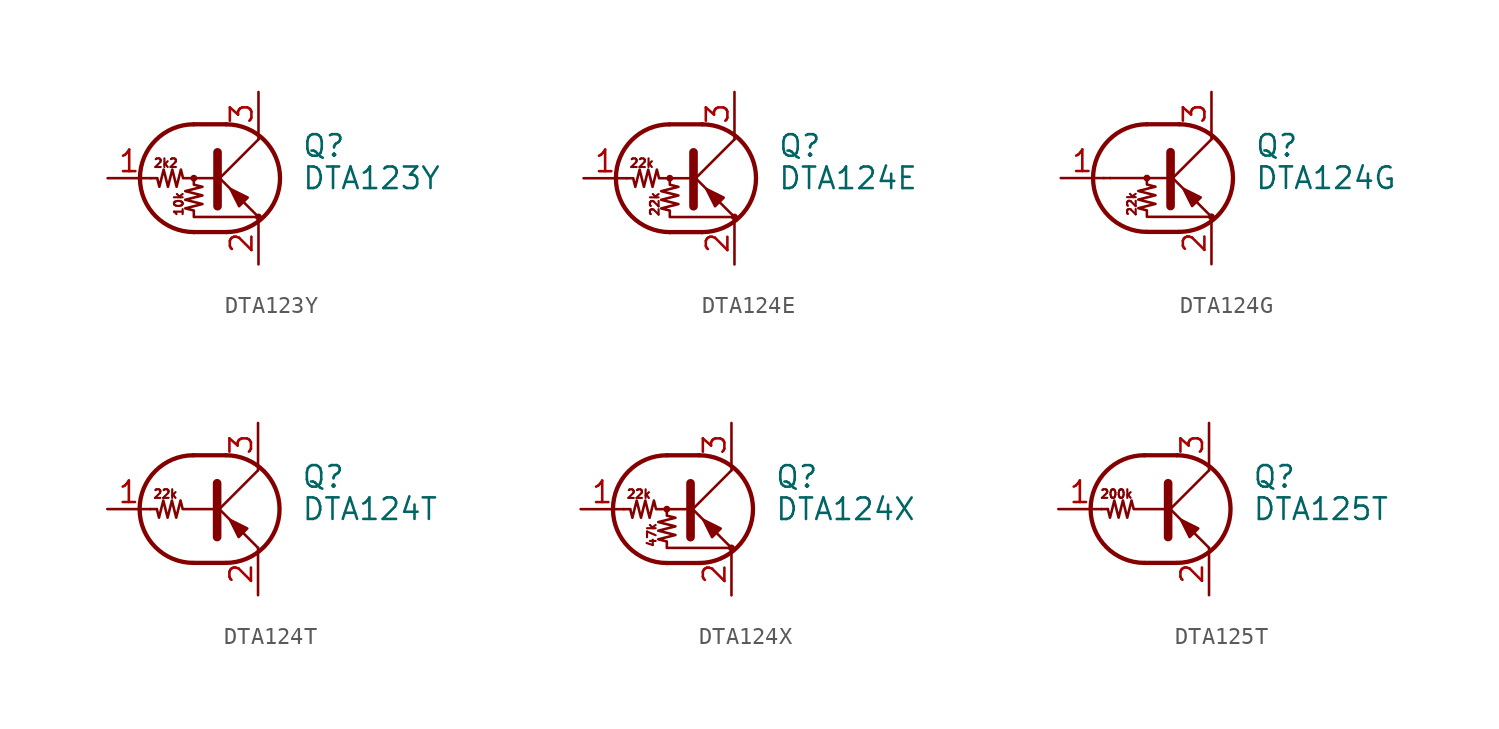
<source format=kicad_sym>
(kicad_symbol_lib
  (version 20211014)
  (generator kicad_symbol_editor)
  (symbol "DTA123Y"
    (pin_names
      (offset 0) hide)
    (property "Reference" "Q"
      (at 5.08 1.905 0)
      (effects (font (size 1.27 1.27)) (justify left)))
    (property "Value" "DTA123Y"
      (at 5.08 0 0)
      (effects (font (size 1.27 1.27)) (justify left)))
    (symbol "DTA123Y_0_0"
      (text "10k" (at -2.159 -1.524 900) (effects (font (size 0.508 0.508))))
      (text "2k2" (at -2.921 0.889 0) (effects (font (size 0.508 0.508)))))
    (symbol "DTA123Y_0_1"
      (circle (center -1.27 0) (radius 0.127) (stroke (width 0) (type default) (color 0 0 0 0)) (fill (type none)))
      (arc (start -1.27 3.175) (mid -4.445 0) (end -1.27 -3.175) (stroke (width 0.254) (type default) (color 0 0 0 0)) (fill (type none)))
      (polyline (pts (xy -3.429 0) (xy -3.81 0)) (stroke (width 0) (type default) (color 0 0 0 0)) (fill (type none)))
      (polyline (pts (xy -1.27 -3.175) (xy 0.635 -3.175)) (stroke (width 0.254) (type default) (color 0 0 0 0)) (fill (type none)))
      (polyline (pts (xy -1.27 3.175) (xy 0.635 3.175)) (stroke (width 0.254) (type default) (color 0 0 0 0)) (fill (type none)))
      (polyline (pts (xy 0 -0.254) (xy 2.54 2.286)) (stroke (width 0) (type default) (color 0 0 0 0)) (fill (type none)))
      (polyline (pts (xy 0.127 1.524) (xy 0.127 -1.651)) (stroke (width 0.508) (type default) (color 0 0 0 0)) (fill (type outline)))
      (polyline (pts (xy 2.54 2.286) (xy 2.54 2.54)) (stroke (width 0) (type default) (color 0 0 0 0)) (fill (type none)))
      (polyline (pts (xy 2.54 -2.286) (xy 0 0.254) (xy 0 0.254)) (stroke (width 0) (type default) (color 0 0 0 0)) (fill (type none)))
      (polyline (pts (xy 1.397 -1.651) (xy 1.905 -1.143) (xy 0.889 -0.635) (xy 1.397 -1.651)) (stroke (width 0) (type default) (color 0 0 0 0)) (fill (type outline)))
      (polyline (pts (xy 0 0) (xy -1.905 0) (xy -2.032 0.508) (xy -2.286 -0.508) (xy -2.54 0.508) (xy -2.794 -0.508) (xy -3.048 0.508) (xy -3.302 -0.508) (xy -3.429 0)) (stroke (width 0) (type default) (color 0 0 0 0)) (fill (type none)))
      (polyline (pts (xy -1.27 0) (xy -1.27 -0.381) (xy -0.762 -0.508) (xy -1.778 -0.762) (xy -0.762 -1.016) (xy -1.778 -1.27) (xy -0.762 -1.524) (xy -1.778 -1.778) (xy -1.27 -1.905) (xy -1.27 -2.286) (xy 2.54 -2.286)) (stroke (width 0) (type default) (color 0 0 0 0)) (fill (type none)))
      (arc (start 0.635 -3.175) (mid 3.81 0) (end 0.635 3.175) (stroke (width 0.254) (type default) (color 0 0 0 0)) (fill (type none)))
      (circle (center 2.54 -2.286) (radius 0.127) (stroke (width 0) (type default) (color 0 0 0 0)) (fill (type none))))
    (symbol "DTA123Y_1_1"
      (pin input line (at -6.35 0 0) (length 2.54) (name "B" (effects (font (size 1.27 1.27)))) (number "1" (effects (font (size 1.27 1.27)))))
      (pin passive line (at 2.54 -5.08 90) (length 2.54) (name "E" (effects (font (size 1.27 1.27)))) (number "2" (effects (font (size 1.27 1.27)))))
      (pin passive line (at 2.54 5.08 270) (length 2.54) (name "C" (effects (font (size 1.27 1.27)))) (number "3" (effects (font (size 1.27 1.27)))))))
  (symbol "DTA124E"
    (pin_names
      (offset 0) hide)
    (property "Reference" "Q"
      (at 5.08 1.905 0)
      (effects (font (size 1.27 1.27)) (justify left)))
    (property "Value" "DTA124E"
      (at 5.08 0 0)
      (effects (font (size 1.27 1.27)) (justify left)))
    (symbol "DTA124E_0_0"
      (text "22k" (at -2.921 0.889 0) (effects (font (size 0.508 0.508))))
      (text "22k" (at -2.159 -1.524 900) (effects (font (size 0.508 0.508)))))
    (symbol "DTA124E_0_1"
      (circle (center -1.27 0) (radius 0.127) (stroke (width 0) (type default) (color 0 0 0 0)) (fill (type none)))
      (arc (start -1.27 3.175) (mid -4.445 0) (end -1.27 -3.175) (stroke (width 0.254) (type default) (color 0 0 0 0)) (fill (type none)))
      (polyline (pts (xy -3.429 0) (xy -3.81 0)) (stroke (width 0) (type default) (color 0 0 0 0)) (fill (type none)))
      (polyline (pts (xy -1.27 -3.175) (xy 0.635 -3.175)) (stroke (width 0.254) (type default) (color 0 0 0 0)) (fill (type none)))
      (polyline (pts (xy -1.27 3.175) (xy 0.635 3.175)) (stroke (width 0.254) (type default) (color 0 0 0 0)) (fill (type none)))
      (polyline (pts (xy 0 -0.254) (xy 2.54 2.286)) (stroke (width 0) (type default) (color 0 0 0 0)) (fill (type none)))
      (polyline (pts (xy 0.127 1.524) (xy 0.127 -1.651)) (stroke (width 0.508) (type default) (color 0 0 0 0)) (fill (type outline)))
      (polyline (pts (xy 2.54 2.286) (xy 2.54 2.54)) (stroke (width 0) (type default) (color 0 0 0 0)) (fill (type none)))
      (polyline (pts (xy 2.54 -2.286) (xy 0 0.254) (xy 0 0.254)) (stroke (width 0) (type default) (color 0 0 0 0)) (fill (type none)))
      (polyline (pts (xy 1.397 -1.651) (xy 1.905 -1.143) (xy 0.889 -0.635) (xy 1.397 -1.651)) (stroke (width 0) (type default) (color 0 0 0 0)) (fill (type outline)))
      (polyline (pts (xy 0 0) (xy -1.905 0) (xy -2.032 0.508) (xy -2.286 -0.508) (xy -2.54 0.508) (xy -2.794 -0.508) (xy -3.048 0.508) (xy -3.302 -0.508) (xy -3.429 0)) (stroke (width 0) (type default) (color 0 0 0 0)) (fill (type none)))
      (polyline (pts (xy -1.27 0) (xy -1.27 -0.381) (xy -0.762 -0.508) (xy -1.778 -0.762) (xy -0.762 -1.016) (xy -1.778 -1.27) (xy -0.762 -1.524) (xy -1.778 -1.778) (xy -1.27 -1.905) (xy -1.27 -2.286) (xy 2.54 -2.286)) (stroke (width 0) (type default) (color 0 0 0 0)) (fill (type none)))
      (arc (start 0.635 -3.175) (mid 3.81 0) (end 0.635 3.175) (stroke (width 0.254) (type default) (color 0 0 0 0)) (fill (type none)))
      (circle (center 2.54 -2.286) (radius 0.127) (stroke (width 0) (type default) (color 0 0 0 0)) (fill (type none))))
    (symbol "DTA124E_1_1"
      (pin input line (at -6.35 0 0) (length 2.54) (name "B" (effects (font (size 1.27 1.27)))) (number "1" (effects (font (size 1.27 1.27)))))
      (pin passive line (at 2.54 -5.08 90) (length 2.54) (name "E" (effects (font (size 1.27 1.27)))) (number "2" (effects (font (size 1.27 1.27)))))
      (pin passive line (at 2.54 5.08 270) (length 2.54) (name "C" (effects (font (size 1.27 1.27)))) (number "3" (effects (font (size 1.27 1.27)))))))
  (symbol "DTA124G"
    (pin_names
      (offset 0) hide)
    (property "Reference" "Q"
      (at 5.08 1.905 0)
      (effects (font (size 1.27 1.27)) (justify left)))
    (property "Value" "DTA124G"
      (at 5.08 0 0)
      (effects (font (size 1.27 1.27)) (justify left)))
    (symbol "DTA124G_0_0"
      (polyline (pts (xy -3.429 0) (xy 0 0)) (stroke (width 0) (type default) (color 0 0 0 0)) (fill (type none)))
      (text "22k" (at -2.159 -1.524 900) (effects (font (size 0.508 0.508)))))
    (symbol "DTA124G_0_1"
      (circle (center -1.27 0) (radius 0.127) (stroke (width 0) (type default) (color 0 0 0 0)) (fill (type none)))
      (arc (start -1.27 3.175) (mid -4.445 0) (end -1.27 -3.175) (stroke (width 0.254) (type default) (color 0 0 0 0)) (fill (type none)))
      (polyline (pts (xy -3.429 0) (xy -3.81 0)) (stroke (width 0) (type default) (color 0 0 0 0)) (fill (type none)))
      (polyline (pts (xy -1.27 -3.175) (xy 0.635 -3.175)) (stroke (width 0.254) (type default) (color 0 0 0 0)) (fill (type none)))
      (polyline (pts (xy -1.27 3.175) (xy 0.635 3.175)) (stroke (width 0.254) (type default) (color 0 0 0 0)) (fill (type none)))
      (polyline (pts (xy 0 -0.254) (xy 2.54 2.286)) (stroke (width 0) (type default) (color 0 0 0 0)) (fill (type none)))
      (polyline (pts (xy 0.127 1.524) (xy 0.127 -1.651)) (stroke (width 0.508) (type default) (color 0 0 0 0)) (fill (type outline)))
      (polyline (pts (xy 2.54 2.286) (xy 2.54 2.54)) (stroke (width 0) (type default) (color 0 0 0 0)) (fill (type none)))
      (polyline (pts (xy 2.54 -2.286) (xy 0 0.254) (xy 0 0.254)) (stroke (width 0) (type default) (color 0 0 0 0)) (fill (type none)))
      (polyline (pts (xy 1.397 -1.651) (xy 1.905 -1.143) (xy 0.889 -0.635) (xy 1.397 -1.651)) (stroke (width 0) (type default) (color 0 0 0 0)) (fill (type outline)))
      (polyline (pts (xy -1.27 0) (xy -1.27 -0.381) (xy -0.762 -0.508) (xy -1.778 -0.762) (xy -0.762 -1.016) (xy -1.778 -1.27) (xy -0.762 -1.524) (xy -1.778 -1.778) (xy -1.27 -1.905) (xy -1.27 -2.286) (xy 2.54 -2.286)) (stroke (width 0) (type default) (color 0 0 0 0)) (fill (type none)))
      (arc (start 0.635 -3.175) (mid 3.81 0) (end 0.635 3.175) (stroke (width 0.254) (type default) (color 0 0 0 0)) (fill (type none)))
      (circle (center 2.54 -2.286) (radius 0.127) (stroke (width 0) (type default) (color 0 0 0 0)) (fill (type none))))
    (symbol "DTA124G_1_1"
      (pin input line (at -6.35 0 0) (length 2.54) (name "B" (effects (font (size 1.27 1.27)))) (number "1" (effects (font (size 1.27 1.27)))))
      (pin passive line (at 2.54 -5.08 90) (length 2.54) (name "E" (effects (font (size 1.27 1.27)))) (number "2" (effects (font (size 1.27 1.27)))))
      (pin passive line (at 2.54 5.08 270) (length 2.54) (name "C" (effects (font (size 1.27 1.27)))) (number "3" (effects (font (size 1.27 1.27)))))))
  (symbol "DTA124T"
    (pin_names
      (offset 0) hide)
    (property "Reference" "Q"
      (at 5.08 1.905 0)
      (effects (font (size 1.27 1.27)) (justify left)))
    (property "Value" "DTA124T"
      (at 5.08 0 0)
      (effects (font (size 1.27 1.27)) (justify left)))
    (symbol "DTA124T_0_0"
      (polyline (pts (xy 2.54 -2.286) (xy 2.54 -2.54)) (stroke (width 0) (type default) (color 0 0 0 0)) (fill (type none)))
      (text "22k" (at -2.921 0.889 0) (effects (font (size 0.508 0.508)))))
    (symbol "DTA124T_0_1"
      (arc (start -1.27 3.175) (mid -4.445 0) (end -1.27 -3.175) (stroke (width 0.254) (type default) (color 0 0 0 0)) (fill (type none)))
      (polyline (pts (xy -3.429 0) (xy -3.81 0)) (stroke (width 0) (type default) (color 0 0 0 0)) (fill (type none)))
      (polyline (pts (xy -1.27 -3.175) (xy 0.635 -3.175)) (stroke (width 0.254) (type default) (color 0 0 0 0)) (fill (type none)))
      (polyline (pts (xy -1.27 3.175) (xy 0.635 3.175)) (stroke (width 0.254) (type default) (color 0 0 0 0)) (fill (type none)))
      (polyline (pts (xy 0 -0.254) (xy 2.54 2.286)) (stroke (width 0) (type default) (color 0 0 0 0)) (fill (type none)))
      (polyline (pts (xy 0.127 1.524) (xy 0.127 -1.651)) (stroke (width 0.508) (type default) (color 0 0 0 0)) (fill (type outline)))
      (polyline (pts (xy 2.54 2.286) (xy 2.54 2.54)) (stroke (width 0) (type default) (color 0 0 0 0)) (fill (type none)))
      (polyline (pts (xy 2.54 -2.286) (xy 0 0.254) (xy 0 0.254)) (stroke (width 0) (type default) (color 0 0 0 0)) (fill (type none)))
      (polyline (pts (xy 1.397 -1.651) (xy 1.905 -1.143) (xy 0.889 -0.635) (xy 1.397 -1.651)) (stroke (width 0) (type default) (color 0 0 0 0)) (fill (type outline)))
      (polyline (pts (xy 0 0) (xy -1.905 0) (xy -2.032 0.508) (xy -2.286 -0.508) (xy -2.54 0.508) (xy -2.794 -0.508) (xy -3.048 0.508) (xy -3.302 -0.508) (xy -3.429 0)) (stroke (width 0) (type default) (color 0 0 0 0)) (fill (type none)))
      (arc (start 0.635 -3.175) (mid 3.81 0) (end 0.635 3.175) (stroke (width 0.254) (type default) (color 0 0 0 0)) (fill (type none))))
    (symbol "DTA124T_1_1"
      (pin input line (at -6.35 0 0) (length 2.54) (name "B" (effects (font (size 1.27 1.27)))) (number "1" (effects (font (size 1.27 1.27)))))
      (pin passive line (at 2.54 -5.08 90) (length 2.54) (name "E" (effects (font (size 1.27 1.27)))) (number "2" (effects (font (size 1.27 1.27)))))
      (pin passive line (at 2.54 5.08 270) (length 2.54) (name "C" (effects (font (size 1.27 1.27)))) (number "3" (effects (font (size 1.27 1.27)))))))
  (symbol "DTA124X"
    (pin_names
      (offset 0) hide)
    (property "Reference" "Q"
      (at 5.08 1.905 0)
      (effects (font (size 1.27 1.27)) (justify left)))
    (property "Value" "DTA124X"
      (at 5.08 0 0)
      (effects (font (size 1.27 1.27)) (justify left)))
    (symbol "DTA124X_0_0"
      (text "22k" (at -2.921 0.889 0) (effects (font (size 0.508 0.508))))
      (text "47k" (at -2.159 -1.524 900) (effects (font (size 0.508 0.508)))))
    (symbol "DTA124X_0_1"
      (circle (center -1.27 0) (radius 0.127) (stroke (width 0) (type default) (color 0 0 0 0)) (fill (type none)))
      (arc (start -1.27 3.175) (mid -4.445 0) (end -1.27 -3.175) (stroke (width 0.254) (type default) (color 0 0 0 0)) (fill (type none)))
      (polyline (pts (xy -3.429 0) (xy -3.81 0)) (stroke (width 0) (type default) (color 0 0 0 0)) (fill (type none)))
      (polyline (pts (xy -1.27 -3.175) (xy 0.635 -3.175)) (stroke (width 0.254) (type default) (color 0 0 0 0)) (fill (type none)))
      (polyline (pts (xy -1.27 3.175) (xy 0.635 3.175)) (stroke (width 0.254) (type default) (color 0 0 0 0)) (fill (type none)))
      (polyline (pts (xy 0 -0.254) (xy 2.54 2.286)) (stroke (width 0) (type default) (color 0 0 0 0)) (fill (type none)))
      (polyline (pts (xy 0.127 1.524) (xy 0.127 -1.651)) (stroke (width 0.508) (type default) (color 0 0 0 0)) (fill (type outline)))
      (polyline (pts (xy 2.54 2.286) (xy 2.54 2.54)) (stroke (width 0) (type default) (color 0 0 0 0)) (fill (type none)))
      (polyline (pts (xy 2.54 -2.286) (xy 0 0.254) (xy 0 0.254)) (stroke (width 0) (type default) (color 0 0 0 0)) (fill (type none)))
      (polyline (pts (xy 1.397 -1.651) (xy 1.905 -1.143) (xy 0.889 -0.635) (xy 1.397 -1.651)) (stroke (width 0) (type default) (color 0 0 0 0)) (fill (type outline)))
      (polyline (pts (xy 0 0) (xy -1.905 0) (xy -2.032 0.508) (xy -2.286 -0.508) (xy -2.54 0.508) (xy -2.794 -0.508) (xy -3.048 0.508) (xy -3.302 -0.508) (xy -3.429 0)) (stroke (width 0) (type default) (color 0 0 0 0)) (fill (type none)))
      (polyline (pts (xy -1.27 0) (xy -1.27 -0.381) (xy -0.762 -0.508) (xy -1.778 -0.762) (xy -0.762 -1.016) (xy -1.778 -1.27) (xy -0.762 -1.524) (xy -1.778 -1.778) (xy -1.27 -1.905) (xy -1.27 -2.286) (xy 2.54 -2.286)) (stroke (width 0) (type default) (color 0 0 0 0)) (fill (type none)))
      (arc (start 0.635 -3.175) (mid 3.81 0) (end 0.635 3.175) (stroke (width 0.254) (type default) (color 0 0 0 0)) (fill (type none)))
      (circle (center 2.54 -2.286) (radius 0.127) (stroke (width 0) (type default) (color 0 0 0 0)) (fill (type none))))
    (symbol "DTA124X_1_1"
      (pin input line (at -6.35 0 0) (length 2.54) (name "B" (effects (font (size 1.27 1.27)))) (number "1" (effects (font (size 1.27 1.27)))))
      (pin passive line (at 2.54 -5.08 90) (length 2.54) (name "E" (effects (font (size 1.27 1.27)))) (number "2" (effects (font (size 1.27 1.27)))))
      (pin passive line (at 2.54 5.08 270) (length 2.54) (name "C" (effects (font (size 1.27 1.27)))) (number "3" (effects (font (size 1.27 1.27)))))))
  (symbol "DTA125T"
    (pin_names
      (offset 0) hide)
    (property "Reference" "Q"
      (at 5.08 1.905 0)
      (effects (font (size 1.27 1.27)) (justify left)))
    (property "Value" "DTA125T"
      (at 5.08 0 0)
      (effects (font (size 1.27 1.27)) (justify left)))
    (symbol "DTA125T_0_0"
      (polyline (pts (xy 2.54 -2.286) (xy 2.54 -2.54)) (stroke (width 0) (type default) (color 0 0 0 0)) (fill (type none)))
      (text "200k" (at -2.921 0.889 0) (effects (font (size 0.508 0.508)))))
    (symbol "DTA125T_0_1"
      (arc (start -1.27 3.175) (mid -4.445 0) (end -1.27 -3.175) (stroke (width 0.254) (type default) (color 0 0 0 0)) (fill (type none)))
      (polyline (pts (xy -3.429 0) (xy -3.81 0)) (stroke (width 0) (type default) (color 0 0 0 0)) (fill (type none)))
      (polyline (pts (xy -1.27 -3.175) (xy 0.635 -3.175)) (stroke (width 0.254) (type default) (color 0 0 0 0)) (fill (type none)))
      (polyline (pts (xy -1.27 3.175) (xy 0.635 3.175)) (stroke (width 0.254) (type default) (color 0 0 0 0)) (fill (type none)))
      (polyline (pts (xy 0 -0.254) (xy 2.54 2.286)) (stroke (width 0) (type default) (color 0 0 0 0)) (fill (type none)))
      (polyline (pts (xy 0.127 1.524) (xy 0.127 -1.651)) (stroke (width 0.508) (type default) (color 0 0 0 0)) (fill (type outline)))
      (polyline (pts (xy 2.54 2.286) (xy 2.54 2.54)) (stroke (width 0) (type default) (color 0 0 0 0)) (fill (type none)))
      (polyline (pts (xy 2.54 -2.286) (xy 0 0.254) (xy 0 0.254)) (stroke (width 0) (type default) (color 0 0 0 0)) (fill (type none)))
      (polyline (pts (xy 1.397 -1.651) (xy 1.905 -1.143) (xy 0.889 -0.635) (xy 1.397 -1.651)) (stroke (width 0) (type default) (color 0 0 0 0)) (fill (type outline)))
      (polyline (pts (xy 0 0) (xy -1.905 0) (xy -2.032 0.508) (xy -2.286 -0.508) (xy -2.54 0.508) (xy -2.794 -0.508) (xy -3.048 0.508) (xy -3.302 -0.508) (xy -3.429 0)) (stroke (width 0) (type default) (color 0 0 0 0)) (fill (type none)))
      (arc (start 0.635 -3.175) (mid 3.81 0) (end 0.635 3.175) (stroke (width 0.254) (type default) (color 0 0 0 0)) (fill (type none))))
    (symbol "DTA125T_1_1"
      (pin input line (at -6.35 0 0) (length 2.54) (name "B" (effects (font (size 1.27 1.27)))) (number "1" (effects (font (size 1.27 1.27)))))
      (pin passive line (at 2.54 -5.08 90) (length 2.54) (name "E" (effects (font (size 1.27 1.27)))) (number "2" (effects (font (size 1.27 1.27)))))
      (pin passive line (at 2.54 5.08 270) (length 2.54) (name "C" (effects (font (size 1.27 1.27)))) (number "3" (effects (font (size 1.27 1.27))))))))
</source>
